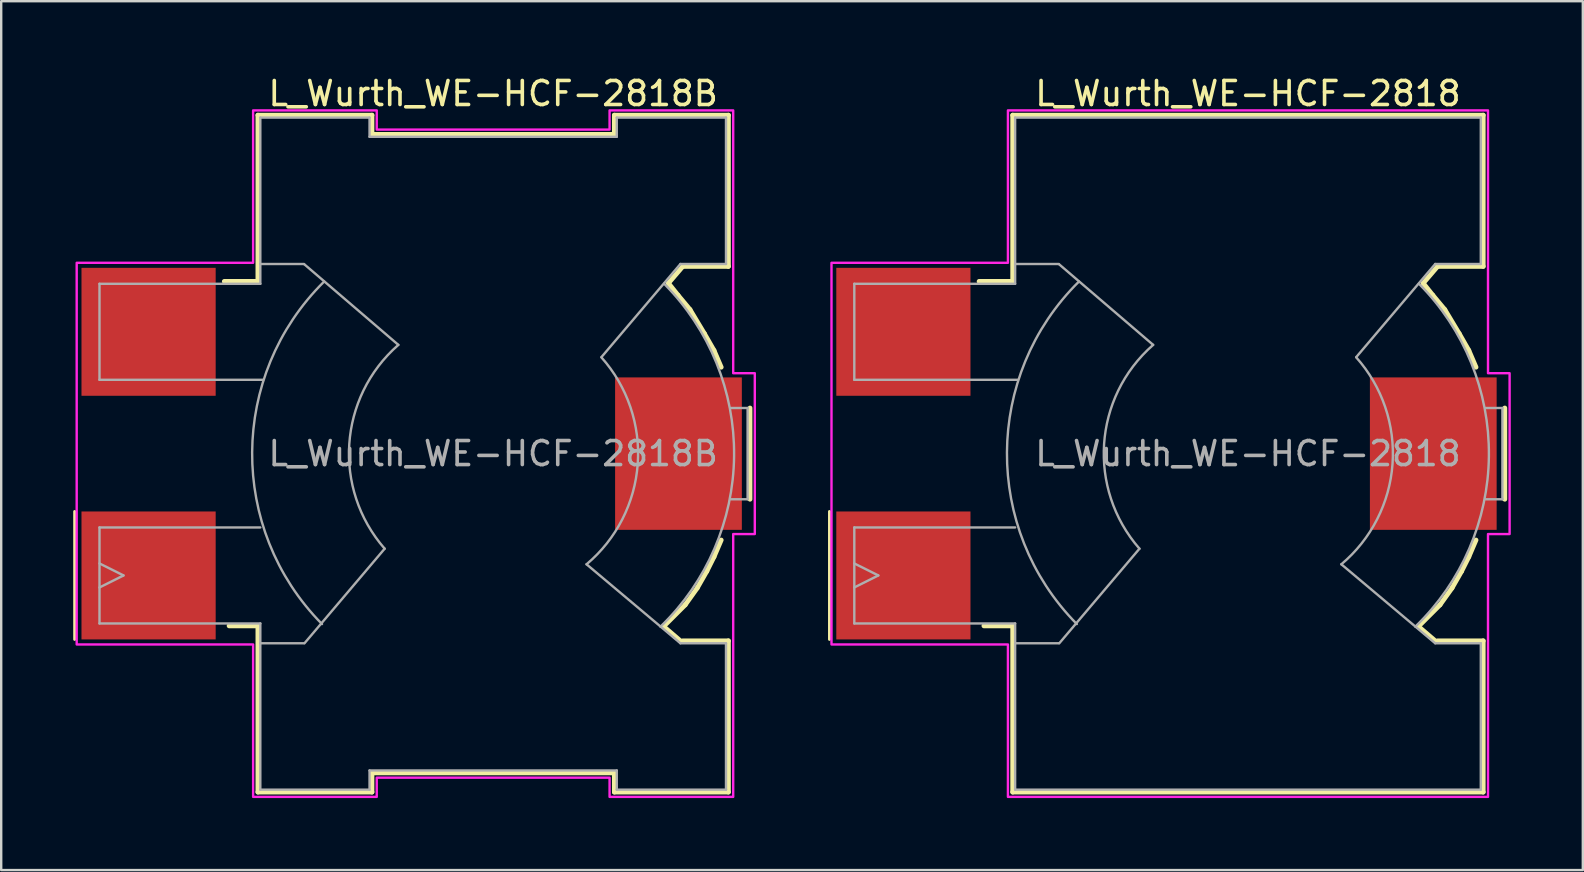
<source format=kicad_pcb>
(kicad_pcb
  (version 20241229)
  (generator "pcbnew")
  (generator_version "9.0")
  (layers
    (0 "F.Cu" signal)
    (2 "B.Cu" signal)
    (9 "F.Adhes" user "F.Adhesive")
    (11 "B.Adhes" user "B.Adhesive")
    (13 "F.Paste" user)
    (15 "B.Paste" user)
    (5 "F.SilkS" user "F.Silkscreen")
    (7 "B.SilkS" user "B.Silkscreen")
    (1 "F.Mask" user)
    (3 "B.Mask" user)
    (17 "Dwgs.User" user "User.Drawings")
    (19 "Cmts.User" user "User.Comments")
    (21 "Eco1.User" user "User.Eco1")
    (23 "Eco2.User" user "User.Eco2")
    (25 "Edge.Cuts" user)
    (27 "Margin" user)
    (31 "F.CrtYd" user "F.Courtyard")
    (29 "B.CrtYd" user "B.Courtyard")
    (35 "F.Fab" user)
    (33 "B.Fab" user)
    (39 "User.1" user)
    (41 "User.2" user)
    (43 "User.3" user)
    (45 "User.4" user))
  (footprint "L_Wurth_WE-HCF-2818B"
    (layer "F.Cu")
    (at 17.495 15.848)
    (property "Reference" "L_Wurth_WE-HCF-2818B" (at 0 -15 0) (layer "F.SilkS") (effects (font (size 1 1) (thickness 0.15))))
    (attr smd)
    (fp_line (start -17.435 2.41) (end -17.435 7.74) (stroke (width 0.12) (type default)) (layer "F.SilkS"))
    (fp_line (start -9.8 -14.1) (end -9.8 -7.175) (stroke (width 0.2) (type solid)) (layer "F.SilkS"))
    (fp_line (start -9.8 -7.175) (end -11.2 -7.175) (stroke (width 0.2) (type solid)) (layer "F.SilkS"))
    (fp_line (start -9.8 7.175) (end -11 7.175) (stroke (width 0.2) (type solid)) (layer "F.SilkS"))
    (fp_line (start -9.8 14.1) (end -9.8 7.175) (stroke (width 0.2) (type solid)) (layer "F.SilkS"))
    (fp_line (start -5.05 -14.1) (end -9.8 -14.1) (stroke (width 0.2) (type solid)) (layer "F.SilkS"))
    (fp_line (start -5.05 -13.3) (end -5.05 -14.1) (stroke (width 0.2) (type solid)) (layer "F.SilkS"))
    (fp_line (start -5.05 13.3) (end -5.05 14.1) (stroke (width 0.2) (type solid)) (layer "F.SilkS"))
    (fp_line (start -5.05 14.1) (end -9.8 14.1) (stroke (width 0.2) (type solid)) (layer "F.SilkS"))
    (fp_line (start 5.05 -14.1) (end 5.05 -13.3) (stroke (width 0.2) (type solid)) (layer "F.SilkS"))
    (fp_line (start 5.05 -13.3) (end -5.05 -13.3) (stroke (width 0.2) (type solid)) (layer "F.SilkS"))
    (fp_line (start 5.05 13.3) (end -5.05 13.3) (stroke (width 0.2) (type solid)) (layer "F.SilkS"))
    (fp_line (start 5.05 14.1) (end 5.05 13.3) (stroke (width 0.2) (type solid)) (layer "F.SilkS"))
    (fp_line (start 7.1 7.2) (end 7.8 7.8) (stroke (width 0.2) (type solid)) (layer "F.SilkS"))
    (fp_line (start 7.3 -7.1) (end 7.7 -6.6) (stroke (width 0.2) (type solid)) (layer "F.SilkS"))
    (fp_line (start 7.7 -6.6) (end 8.2 -6) (stroke (width 0.2) (type solid)) (layer "F.SilkS"))
    (fp_line (start 7.9 -7.8) (end 7.3 -7.1) (stroke (width 0.2) (type solid)) (layer "F.SilkS"))
    (fp_line (start 7.9 7.8) (end 9.8 7.8) (stroke (width 0.2) (type solid)) (layer "F.SilkS"))
    (fp_line (start 8 6.3) (end 7.1 7.2) (stroke (width 0.2) (type solid)) (layer "F.SilkS"))
    (fp_line (start 8.2 -6) (end 8.8 -5) (stroke (width 0.2) (type solid)) (layer "F.SilkS"))
    (fp_line (start 8.5 5.6) (end 8 6.3) (stroke (width 0.2) (type solid)) (layer "F.SilkS"))
    (fp_line (start 8.8 -5) (end 9.2 -4.3) (stroke (width 0.2) (type solid)) (layer "F.SilkS"))
    (fp_line (start 8.9 4.9) (end 8.5 5.6) (stroke (width 0.2) (type solid)) (layer "F.SilkS"))
    (fp_line (start 9.2 -4.3) (end 9.5 -3.6) (stroke (width 0.2) (type solid)) (layer "F.SilkS"))
    (fp_line (start 9.2 4.3) (end 8.9 4.9) (stroke (width 0.2) (type solid)) (layer "F.SilkS"))
    (fp_line (start 9.5 3.6) (end 9.2 4.3) (stroke (width 0.2) (type solid)) (layer "F.SilkS"))
    (fp_line (start 9.8 -14.1) (end 5.05 -14.1) (stroke (width 0.2) (type solid)) (layer "F.SilkS"))
    (fp_line (start 9.8 -14.1) (end 9.8 -7.8) (stroke (width 0.2) (type solid)) (layer "F.SilkS"))
    (fp_line (start 9.8 -7.8) (end 7.9 -7.8) (stroke (width 0.2) (type solid)) (layer "F.SilkS"))
    (fp_line (start 9.8 7.8) (end 9.8 14.1) (stroke (width 0.2) (type solid)) (layer "F.SilkS"))
    (fp_line (start 9.8 14.1) (end 5.05 14.1) (stroke (width 0.2) (type solid)) (layer "F.SilkS"))
    (fp_line (start 10.7 -1.9) (end 10.7 1.9) (stroke (width 0.2) (type solid)) (layer "F.SilkS"))
    (fp_poly (pts (xy 10 -14.3) (xy 10 -3.35) (xy 10.9 -3.35) (xy 10.9 3.35) (xy 10 3.35) (xy 10 14.3) (xy 4.85 14.3) (xy 4.85 13.5) (xy -4.85 13.5) (xy -4.85 14.3) (xy -10 14.3) (xy -10 7.95) (xy -17.35 7.95) (xy -17.35 -7.95) (xy -10 -7.95) (xy -10 -14.3) (xy -4.85 -14.3) (xy -4.85 -13.5) (xy 4.85 -13.5) (xy 4.85 -14.3)) (stroke (width 0.1) (type solid)) (fill no) (layer "F.CrtYd"))
    (fp_line (start -16.4 -7.075) (end -16.4 -3.075) (stroke (width 0.1) (type solid)) (layer "F.Fab"))
    (fp_line (start -16.4 3.075) (end -16.4 7.075) (stroke (width 0.1) (type solid)) (layer "F.Fab"))
    (fp_line (start -16.4 4.575) (end -15.4 5.075) (stroke (width 0.1) (type default)) (layer "F.Fab"))
    (fp_line (start -16.4 7.075) (end -9.7 7.075) (stroke (width 0.1) (type solid)) (layer "F.Fab"))
    (fp_line (start -15.4 5.075) (end -16.4 5.575) (stroke (width 0.1) (type default)) (layer "F.Fab"))
    (fp_line (start -9.7 -14) (end -5.15 -14) (stroke (width 0.1) (type solid)) (layer "F.Fab"))
    (fp_line (start -9.7 -7.9) (end -9.7 -14) (stroke (width 0.1) (type solid)) (layer "F.Fab"))
    (fp_line (start -9.7 -7.9) (end -7.88 -7.9) (stroke (width 0.1) (type solid)) (layer "F.Fab"))
    (fp_line (start -9.7 -7.075) (end -16.4 -7.075) (stroke (width 0.1) (type solid)) (layer "F.Fab"))
    (fp_line (start -9.7 -7.075) (end -9.7 -7.9) (stroke (width 0.1) (type solid)) (layer "F.Fab"))
    (fp_line (start -9.7 3.075) (end -16.4 3.075) (stroke (width 0.1) (type solid)) (layer "F.Fab"))
    (fp_line (start -9.7 7.9) (end -9.7 7.075) (stroke (width 0.1) (type solid)) (layer "F.Fab"))
    (fp_line (start -9.7 7.9) (end -7.88 7.9) (stroke (width 0.1) (type solid)) (layer "F.Fab"))
    (fp_line (start -9.7 14) (end -9.7 7.9) (stroke (width 0.1) (type solid)) (layer "F.Fab"))
    (fp_line (start -9.58 -3.075) (end -16.4 -3.075) (stroke (width 0.1) (type solid)) (layer "F.Fab"))
    (fp_line (start -7.87 -7.89) (end -3.95 -4.53) (stroke (width 0.1) (type solid)) (layer "F.Fab"))
    (fp_line (start -7.86 7.9) (end -4.52 3.96) (stroke (width 0.1) (type solid)) (layer "F.Fab"))
    (fp_line (start -5.15 -13.2) (end -5.15 -14) (stroke (width 0.1) (type solid)) (layer "F.Fab"))
    (fp_line (start -5.15 13.2) (end -5.15 14) (stroke (width 0.1) (type solid)) (layer "F.Fab"))
    (fp_line (start -5.15 14) (end -9.7 14) (stroke (width 0.1) (type solid)) (layer "F.Fab"))
    (fp_line (start 3.89 4.61) (end 7.8 7.9) (stroke (width 0.1) (type solid)) (layer "F.Fab"))
    (fp_line (start 5.15 -14) (end 5.15 -13.2) (stroke (width 0.1) (type solid)) (layer "F.Fab"))
    (fp_line (start 5.15 -14) (end 9.7 -14) (stroke (width 0.1) (type solid)) (layer "F.Fab"))
    (fp_line (start 5.15 -13.2) (end -5.15 -13.2) (stroke (width 0.1) (type solid)) (layer "F.Fab"))
    (fp_line (start 5.15 13.2) (end -5.15 13.2) (stroke (width 0.1) (type solid)) (layer "F.Fab"))
    (fp_line (start 5.15 14) (end 5.15 13.2) (stroke (width 0.1) (type solid)) (layer "F.Fab"))
    (fp_line (start 7.8 -7.9) (end 4.51 -4.02) (stroke (width 0.1) (type solid)) (layer "F.Fab"))
    (fp_line (start 9.7 -14) (end 9.7 -7.9) (stroke (width 0.1) (type solid)) (layer "F.Fab"))
    (fp_line (start 9.7 -7.9) (end 7.8 -7.9) (stroke (width 0.1) (type solid)) (layer "F.Fab"))
    (fp_line (start 9.7 7.9) (end 7.8 7.9) (stroke (width 0.1) (type solid)) (layer "F.Fab"))
    (fp_line (start 9.7 7.9) (end 9.7 14) (stroke (width 0.1) (type solid)) (layer "F.Fab"))
    (fp_line (start 9.7 14) (end 5.15 14) (stroke (width 0.1) (type solid)) (layer "F.Fab"))
    (fp_line (start 10.6 -1.9) (end 9.9 -1.9) (stroke (width 0.1) (type solid)) (layer "F.Fab"))
    (fp_line (start 10.6 -1.9) (end 10.6 1.9) (stroke (width 0.1) (type solid)) (layer "F.Fab"))
    (fp_line (start 10.6 1.9) (end 9.9 1.9) (stroke (width 0.1) (type solid)) (layer "F.Fab"))
    (fp_arc (start -7.13 7.1) (mid -10.040414 -0.05364) (end -7.04 -7.17) (stroke (width 0.1) (type solid)) (layer "F.Fab"))
    (fp_arc (start -4.52 3.96) (mid -5.993337 -0.403051) (end -3.95 -4.53) (stroke (width 0.1) (type solid)) (layer "F.Fab"))
    (fp_arc (start 4.51 -4.01) (mid 6.022544 0.431088) (end 3.89 4.61) (stroke (width 0.1) (type solid)) (layer "F.Fab"))
    (fp_arc (start 7.120001 -7.08) (mid 10.037043 0.096407) (end 6.97 7.21) (stroke (width 0.1) (type solid)) (layer "F.Fab"))
    (fp_text user "${REFERENCE}" (at 0 0 0) (unlocked yes) (layer "F.Fab") (effects (font (size 1 1) (thickness 0.15))))
    (pad "1" smd rect (at -14.355 -5.075 270) (size 5.33 5.59) (layers "F.Cu" "F.Mask" "F.Paste"))
    (pad "2" smd rect (at -14.355 5.075 270) (size 5.33 5.59) (layers "F.Cu" "F.Mask" "F.Paste"))
    (pad "3" smd rect (at 7.72 0 270) (size 6.35 5.28) (layers "F.Cu" "F.Mask" "F.Paste")))
  (footprint "L_Wurth_WE-HCF-2818"
    (layer "F.Cu")
    (at 48.94 15.848)
    (property "Reference" "L_Wurth_WE-HCF-2818" (at 0 -15 0) (layer "F.SilkS") (effects (font (size 1 1) (thickness 0.15))))
    (attr smd)
    (fp_line (start -17.435 2.41) (end -17.435 7.74) (stroke (width 0.12) (type default)) (layer "F.SilkS"))
    (fp_line (start -9.8 -14.1) (end -9.8 -7.175) (stroke (width 0.2) (type solid)) (layer "F.SilkS"))
    (fp_line (start -9.8 -7.175) (end -11.2 -7.175) (stroke (width 0.2) (type solid)) (layer "F.SilkS"))
    (fp_line (start -9.8 7.175) (end -11 7.175) (stroke (width 0.2) (type solid)) (layer "F.SilkS"))
    (fp_line (start -9.8 14.1) (end -9.8 7.175) (stroke (width 0.2) (type solid)) (layer "F.SilkS"))
    (fp_line (start 7.1 7.2) (end 7.8 7.8) (stroke (width 0.2) (type solid)) (layer "F.SilkS"))
    (fp_line (start 7.3 -7.1) (end 7.7 -6.6) (stroke (width 0.2) (type solid)) (layer "F.SilkS"))
    (fp_line (start 7.7 -6.6) (end 8.2 -6) (stroke (width 0.2) (type solid)) (layer "F.SilkS"))
    (fp_line (start 7.9 -7.8) (end 7.3 -7.1) (stroke (width 0.2) (type solid)) (layer "F.SilkS"))
    (fp_line (start 7.9 7.8) (end 9.8 7.8) (stroke (width 0.2) (type solid)) (layer "F.SilkS"))
    (fp_line (start 8 6.3) (end 7.1 7.2) (stroke (width 0.2) (type solid)) (layer "F.SilkS"))
    (fp_line (start 8.2 -6) (end 8.8 -5) (stroke (width 0.2) (type solid)) (layer "F.SilkS"))
    (fp_line (start 8.5 5.6) (end 8 6.3) (stroke (width 0.2) (type solid)) (layer "F.SilkS"))
    (fp_line (start 8.8 -5) (end 9.2 -4.3) (stroke (width 0.2) (type solid)) (layer "F.SilkS"))
    (fp_line (start 8.9 4.9) (end 8.5 5.6) (stroke (width 0.2) (type solid)) (layer "F.SilkS"))
    (fp_line (start 9.2 -4.3) (end 9.5 -3.6) (stroke (width 0.2) (type solid)) (layer "F.SilkS"))
    (fp_line (start 9.2 4.3) (end 8.9 4.9) (stroke (width 0.2) (type solid)) (layer "F.SilkS"))
    (fp_line (start 9.5 3.6) (end 9.2 4.3) (stroke (width 0.2) (type solid)) (layer "F.SilkS"))
    (fp_line (start 9.8 -14.1) (end -9.8 -14.1) (stroke (width 0.2) (type solid)) (layer "F.SilkS"))
    (fp_line (start 9.8 -14.1) (end 9.8 -7.8) (stroke (width 0.2) (type solid)) (layer "F.SilkS"))
    (fp_line (start 9.8 -7.8) (end 7.9 -7.8) (stroke (width 0.2) (type solid)) (layer "F.SilkS"))
    (fp_line (start 9.8 7.8) (end 9.8 14.1) (stroke (width 0.2) (type solid)) (layer "F.SilkS"))
    (fp_line (start 9.8 14.1) (end -9.8 14.1) (stroke (width 0.2) (type solid)) (layer "F.SilkS"))
    (fp_line (start 10.7 -1.9) (end 10.7 1.9) (stroke (width 0.2) (type solid)) (layer "F.SilkS"))
    (fp_poly (pts (xy 10 -14.3) (xy 10 -3.35) (xy 10.9 -3.35) (xy 10.9 3.35) (xy 10 3.35) (xy 10 14.3) (xy -10 14.3) (xy -10 7.95) (xy -17.35 7.95) (xy -17.35 -7.95) (xy -10 -7.95) (xy -10 -14.3)) (stroke (width 0.1) (type solid)) (fill no) (layer "F.CrtYd"))
    (fp_line (start -16.4 -7.075) (end -16.4 -3.075) (stroke (width 0.1) (type solid)) (layer "F.Fab"))
    (fp_line (start -16.4 3.075) (end -16.4 7.075) (stroke (width 0.1) (type solid)) (layer "F.Fab"))
    (fp_line (start -16.4 4.575) (end -15.4 5.075) (stroke (width 0.1) (type default)) (layer "F.Fab"))
    (fp_line (start -16.4 7.075) (end -9.7 7.075) (stroke (width 0.1) (type solid)) (layer "F.Fab"))
    (fp_line (start -15.4 5.075) (end -16.4 5.575) (stroke (width 0.1) (type default)) (layer "F.Fab"))
    (fp_line (start -9.7 -7.9) (end -9.7 -14) (stroke (width 0.1) (type solid)) (layer "F.Fab"))
    (fp_line (start -9.7 -7.9) (end -7.88 -7.9) (stroke (width 0.1) (type solid)) (layer "F.Fab"))
    (fp_line (start -9.7 -7.075) (end -16.4 -7.075) (stroke (width 0.1) (type solid)) (layer "F.Fab"))
    (fp_line (start -9.7 -7.075) (end -9.7 -7.9) (stroke (width 0.1) (type solid)) (layer "F.Fab"))
    (fp_line (start -9.7 3.075) (end -16.4 3.075) (stroke (width 0.1) (type solid)) (layer "F.Fab"))
    (fp_line (start -9.7 7.9) (end -9.7 7.075) (stroke (width 0.1) (type solid)) (layer "F.Fab"))
    (fp_line (start -9.7 7.9) (end -7.88 7.9) (stroke (width 0.1) (type solid)) (layer "F.Fab"))
    (fp_line (start -9.7 14) (end -9.7 7.9) (stroke (width 0.1) (type solid)) (layer "F.Fab"))
    (fp_line (start -9.58 -3.075) (end -16.4 -3.075) (stroke (width 0.1) (type solid)) (layer "F.Fab"))
    (fp_line (start -7.87 -7.89) (end -3.95 -4.53) (stroke (width 0.1) (type solid)) (layer "F.Fab"))
    (fp_line (start -7.86 7.9) (end -4.52 3.96) (stroke (width 0.1) (type solid)) (layer "F.Fab"))
    (fp_line (start 3.89 4.61) (end 7.8 7.9) (stroke (width 0.1) (type solid)) (layer "F.Fab"))
    (fp_line (start 7.8 -7.9) (end 4.51 -4.02) (stroke (width 0.1) (type solid)) (layer "F.Fab"))
    (fp_line (start 9.7 -14) (end -9.7 -14) (stroke (width 0.1) (type solid)) (layer "F.Fab"))
    (fp_line (start 9.7 -14) (end 9.7 -7.9) (stroke (width 0.1) (type solid)) (layer "F.Fab"))
    (fp_line (start 9.7 -7.9) (end 7.8 -7.9) (stroke (width 0.1) (type solid)) (layer "F.Fab"))
    (fp_line (start 9.7 7.9) (end 7.8 7.9) (stroke (width 0.1) (type solid)) (layer "F.Fab"))
    (fp_line (start 9.7 7.9) (end 9.7 14) (stroke (width 0.1) (type solid)) (layer "F.Fab"))
    (fp_line (start 9.7 14) (end -9.7 14) (stroke (width 0.1) (type solid)) (layer "F.Fab"))
    (fp_line (start 10.6 -1.9) (end 9.9 -1.9) (stroke (width 0.1) (type solid)) (layer "F.Fab"))
    (fp_line (start 10.6 -1.9) (end 10.6 1.9) (stroke (width 0.1) (type solid)) (layer "F.Fab"))
    (fp_line (start 10.6 1.9) (end 9.9 1.9) (stroke (width 0.1) (type solid)) (layer "F.Fab"))
    (fp_arc (start -7.13 7.1) (mid -10.040414 -0.05364) (end -7.04 -7.17) (stroke (width 0.1) (type solid)) (layer "F.Fab"))
    (fp_arc (start -4.52 3.96) (mid -5.993337 -0.403051) (end -3.95 -4.53) (stroke (width 0.1) (type solid)) (layer "F.Fab"))
    (fp_arc (start 4.51 -4.01) (mid 6.022544 0.431088) (end 3.89 4.61) (stroke (width 0.1) (type solid)) (layer "F.Fab"))
    (fp_arc (start 7.120001 -7.08) (mid 10.037043 0.096407) (end 6.97 7.21) (stroke (width 0.1) (type solid)) (layer "F.Fab"))
    (fp_text user "${REFERENCE}" (at 0 0 0) (unlocked yes) (layer "F.Fab") (effects (font (size 1 1) (thickness 0.15))))
    (pad "1" smd rect (at -14.355 -5.075 270) (size 5.33 5.59) (layers "F.Cu" "F.Mask" "F.Paste"))
    (pad "2" smd rect (at -14.355 5.075 270) (size 5.33 5.59) (layers "F.Cu" "F.Mask" "F.Paste"))
    (pad "3" smd rect (at 7.72 0 270) (size 6.35 5.28) (layers "F.Cu" "F.Mask" "F.Paste")))
  (gr_rect
    (start -3 -3)
    (end 62.89 33.198)
    (stroke (width 0.1) (type default))
    (fill no)
    (layer "Edge.Cuts")))
</source>
